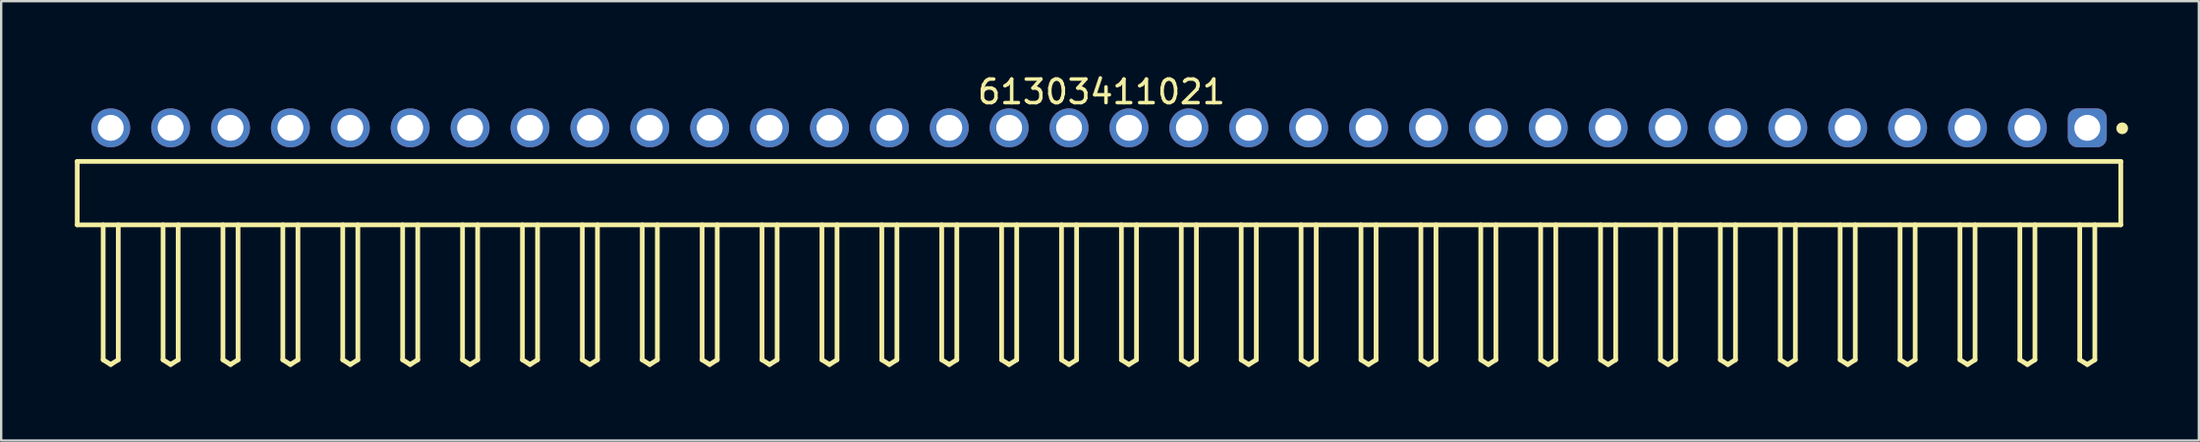
<source format=kicad_pcb>
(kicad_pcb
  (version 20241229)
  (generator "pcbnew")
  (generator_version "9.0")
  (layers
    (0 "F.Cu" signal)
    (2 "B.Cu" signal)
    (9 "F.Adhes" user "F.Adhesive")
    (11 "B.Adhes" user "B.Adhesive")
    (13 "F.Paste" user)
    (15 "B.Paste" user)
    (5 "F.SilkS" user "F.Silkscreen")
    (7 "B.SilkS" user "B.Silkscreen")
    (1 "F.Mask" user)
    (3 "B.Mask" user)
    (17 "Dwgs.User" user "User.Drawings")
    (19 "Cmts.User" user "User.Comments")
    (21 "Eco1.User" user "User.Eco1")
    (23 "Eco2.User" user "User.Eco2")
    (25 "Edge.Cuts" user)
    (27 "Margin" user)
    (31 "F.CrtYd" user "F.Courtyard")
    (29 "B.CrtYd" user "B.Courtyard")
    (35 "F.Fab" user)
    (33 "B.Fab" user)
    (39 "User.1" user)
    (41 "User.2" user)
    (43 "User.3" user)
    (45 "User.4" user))
  (footprint "61303411021"
    (layer "F.Cu")
    (at 43.555 5.143)
    (property "Reference" "61303411021" (at 0.105 -4.295 0) (layer "F.SilkS") (effects (font (size 1 1) (thickness 0.15))))
    (fp_line (start -43.33 -1.345) (end 43.33 -1.345) (stroke (width 0.2) (type solid)) (layer "F.SilkS"))
    (fp_line (start -43.33 1.345) (end -43.33 -1.345) (stroke (width 0.2) (type solid)) (layer "F.SilkS"))
    (fp_line (start -43.33 1.345) (end 43.33 1.345) (stroke (width 0.2) (type solid)) (layer "F.SilkS"))
    (fp_line (start -42.23 7.07) (end -42.23 1.345) (stroke (width 0.2) (type solid)) (layer "F.SilkS"))
    (fp_line (start -42.23 7.07) (end -41.91 7.27) (stroke (width 0.2) (type solid)) (layer "F.SilkS"))
    (fp_line (start -41.91 7.27) (end -41.59 7.07) (stroke (width 0.2) (type solid)) (layer "F.SilkS"))
    (fp_line (start -41.59 7.07) (end -41.59 1.345) (stroke (width 0.2) (type solid)) (layer "F.SilkS"))
    (fp_line (start -39.69 7.07) (end -39.69 1.345) (stroke (width 0.2) (type solid)) (layer "F.SilkS"))
    (fp_line (start -39.69 7.07) (end -39.37 7.27) (stroke (width 0.2) (type solid)) (layer "F.SilkS"))
    (fp_line (start -39.37 7.27) (end -39.05 7.07) (stroke (width 0.2) (type solid)) (layer "F.SilkS"))
    (fp_line (start -39.05 7.07) (end -39.05 1.345) (stroke (width 0.2) (type solid)) (layer "F.SilkS"))
    (fp_line (start -37.15 7.07) (end -37.15 1.345) (stroke (width 0.2) (type solid)) (layer "F.SilkS"))
    (fp_line (start -37.15 7.07) (end -36.83 7.27) (stroke (width 0.2) (type solid)) (layer "F.SilkS"))
    (fp_line (start -36.83 7.27) (end -36.51 7.07) (stroke (width 0.2) (type solid)) (layer "F.SilkS"))
    (fp_line (start -36.51 7.07) (end -36.51 1.345) (stroke (width 0.2) (type solid)) (layer "F.SilkS"))
    (fp_line (start -34.61 7.07) (end -34.61 1.345) (stroke (width 0.2) (type solid)) (layer "F.SilkS"))
    (fp_line (start -34.61 7.07) (end -34.29 7.27) (stroke (width 0.2) (type solid)) (layer "F.SilkS"))
    (fp_line (start -34.29 7.27) (end -33.97 7.07) (stroke (width 0.2) (type solid)) (layer "F.SilkS"))
    (fp_line (start -33.97 7.07) (end -33.97 1.345) (stroke (width 0.2) (type solid)) (layer "F.SilkS"))
    (fp_line (start -32.07 7.07) (end -32.07 1.345) (stroke (width 0.2) (type solid)) (layer "F.SilkS"))
    (fp_line (start -32.07 7.07) (end -31.75 7.27) (stroke (width 0.2) (type solid)) (layer "F.SilkS"))
    (fp_line (start -31.75 7.27) (end -31.43 7.07) (stroke (width 0.2) (type solid)) (layer "F.SilkS"))
    (fp_line (start -31.43 7.07) (end -31.43 1.345) (stroke (width 0.2) (type solid)) (layer "F.SilkS"))
    (fp_line (start -29.53 7.07) (end -29.53 1.345) (stroke (width 0.2) (type solid)) (layer "F.SilkS"))
    (fp_line (start -29.53 7.07) (end -29.21 7.27) (stroke (width 0.2) (type solid)) (layer "F.SilkS"))
    (fp_line (start -29.21 7.27) (end -28.89 7.07) (stroke (width 0.2) (type solid)) (layer "F.SilkS"))
    (fp_line (start -28.89 7.07) (end -28.89 1.345) (stroke (width 0.2) (type solid)) (layer "F.SilkS"))
    (fp_line (start -26.99 7.07) (end -26.99 1.345) (stroke (width 0.2) (type solid)) (layer "F.SilkS"))
    (fp_line (start -26.99 7.07) (end -26.67 7.27) (stroke (width 0.2) (type solid)) (layer "F.SilkS"))
    (fp_line (start -26.67 7.27) (end -26.35 7.07) (stroke (width 0.2) (type solid)) (layer "F.SilkS"))
    (fp_line (start -26.35 7.07) (end -26.35 1.345) (stroke (width 0.2) (type solid)) (layer "F.SilkS"))
    (fp_line (start -24.45 7.07) (end -24.45 1.345) (stroke (width 0.2) (type solid)) (layer "F.SilkS"))
    (fp_line (start -24.45 7.07) (end -24.13 7.27) (stroke (width 0.2) (type solid)) (layer "F.SilkS"))
    (fp_line (start -24.13 7.27) (end -23.81 7.07) (stroke (width 0.2) (type solid)) (layer "F.SilkS"))
    (fp_line (start -23.81 7.07) (end -23.81 1.345) (stroke (width 0.2) (type solid)) (layer "F.SilkS"))
    (fp_line (start -21.91 7.07) (end -21.91 1.345) (stroke (width 0.2) (type solid)) (layer "F.SilkS"))
    (fp_line (start -21.91 7.07) (end -21.59 7.27) (stroke (width 0.2) (type solid)) (layer "F.SilkS"))
    (fp_line (start -21.59 7.27) (end -21.27 7.07) (stroke (width 0.2) (type solid)) (layer "F.SilkS"))
    (fp_line (start -21.27 7.07) (end -21.27 1.345) (stroke (width 0.2) (type solid)) (layer "F.SilkS"))
    (fp_line (start -19.37 7.07) (end -19.37 1.345) (stroke (width 0.2) (type solid)) (layer "F.SilkS"))
    (fp_line (start -19.37 7.07) (end -19.05 7.27) (stroke (width 0.2) (type solid)) (layer "F.SilkS"))
    (fp_line (start -19.05 7.27) (end -18.73 7.07) (stroke (width 0.2) (type solid)) (layer "F.SilkS"))
    (fp_line (start -18.73 7.07) (end -18.73 1.345) (stroke (width 0.2) (type solid)) (layer "F.SilkS"))
    (fp_line (start -16.83 7.07) (end -16.83 1.345) (stroke (width 0.2) (type solid)) (layer "F.SilkS"))
    (fp_line (start -16.83 7.07) (end -16.51 7.27) (stroke (width 0.2) (type solid)) (layer "F.SilkS"))
    (fp_line (start -16.51 7.27) (end -16.19 7.07) (stroke (width 0.2) (type solid)) (layer "F.SilkS"))
    (fp_line (start -16.19 7.07) (end -16.19 1.345) (stroke (width 0.2) (type solid)) (layer "F.SilkS"))
    (fp_line (start -14.29 7.07) (end -14.29 1.345) (stroke (width 0.2) (type solid)) (layer "F.SilkS"))
    (fp_line (start -14.29 7.07) (end -13.97 7.27) (stroke (width 0.2) (type solid)) (layer "F.SilkS"))
    (fp_line (start -13.97 7.27) (end -13.65 7.07) (stroke (width 0.2) (type solid)) (layer "F.SilkS"))
    (fp_line (start -13.65 7.07) (end -13.65 1.345) (stroke (width 0.2) (type solid)) (layer "F.SilkS"))
    (fp_line (start -11.75 7.07) (end -11.75 1.345) (stroke (width 0.2) (type solid)) (layer "F.SilkS"))
    (fp_line (start -11.75 7.07) (end -11.43 7.27) (stroke (width 0.2) (type solid)) (layer "F.SilkS"))
    (fp_line (start -11.43 7.27) (end -11.11 7.07) (stroke (width 0.2) (type solid)) (layer "F.SilkS"))
    (fp_line (start -11.11 7.07) (end -11.11 1.345) (stroke (width 0.2) (type solid)) (layer "F.SilkS"))
    (fp_line (start -9.21 7.07) (end -9.21 1.345) (stroke (width 0.2) (type solid)) (layer "F.SilkS"))
    (fp_line (start -9.21 7.07) (end -8.89 7.27) (stroke (width 0.2) (type solid)) (layer "F.SilkS"))
    (fp_line (start -8.89 7.27) (end -8.57 7.07) (stroke (width 0.2) (type solid)) (layer "F.SilkS"))
    (fp_line (start -8.57 7.07) (end -8.57 1.345) (stroke (width 0.2) (type solid)) (layer "F.SilkS"))
    (fp_line (start -6.67 7.07) (end -6.67 1.345) (stroke (width 0.2) (type solid)) (layer "F.SilkS"))
    (fp_line (start -6.67 7.07) (end -6.35 7.27) (stroke (width 0.2) (type solid)) (layer "F.SilkS"))
    (fp_line (start -6.35 7.27) (end -6.03 7.07) (stroke (width 0.2) (type solid)) (layer "F.SilkS"))
    (fp_line (start -6.03 7.07) (end -6.03 1.345) (stroke (width 0.2) (type solid)) (layer "F.SilkS"))
    (fp_line (start -4.13 7.07) (end -4.13 1.345) (stroke (width 0.2) (type solid)) (layer "F.SilkS"))
    (fp_line (start -4.13 7.07) (end -3.81 7.27) (stroke (width 0.2) (type solid)) (layer "F.SilkS"))
    (fp_line (start -3.81 7.27) (end -3.49 7.07) (stroke (width 0.2) (type solid)) (layer "F.SilkS"))
    (fp_line (start -3.49 7.07) (end -3.49 1.345) (stroke (width 0.2) (type solid)) (layer "F.SilkS"))
    (fp_line (start -1.59 7.07) (end -1.59 1.345) (stroke (width 0.2) (type solid)) (layer "F.SilkS"))
    (fp_line (start -1.59 7.07) (end -1.27 7.27) (stroke (width 0.2) (type solid)) (layer "F.SilkS"))
    (fp_line (start -1.27 7.27) (end -0.95 7.07) (stroke (width 0.2) (type solid)) (layer "F.SilkS"))
    (fp_line (start -0.95 7.07) (end -0.95 1.345) (stroke (width 0.2) (type solid)) (layer "F.SilkS"))
    (fp_line (start 0.95 7.07) (end 0.95 1.345) (stroke (width 0.2) (type solid)) (layer "F.SilkS"))
    (fp_line (start 0.95 7.07) (end 1.27 7.27) (stroke (width 0.2) (type solid)) (layer "F.SilkS"))
    (fp_line (start 1.27 7.27) (end 1.59 7.07) (stroke (width 0.2) (type solid)) (layer "F.SilkS"))
    (fp_line (start 1.59 7.07) (end 1.59 1.345) (stroke (width 0.2) (type solid)) (layer "F.SilkS"))
    (fp_line (start 3.49 7.07) (end 3.49 1.345) (stroke (width 0.2) (type solid)) (layer "F.SilkS"))
    (fp_line (start 3.49 7.07) (end 3.81 7.27) (stroke (width 0.2) (type solid)) (layer "F.SilkS"))
    (fp_line (start 3.81 7.27) (end 4.13 7.07) (stroke (width 0.2) (type solid)) (layer "F.SilkS"))
    (fp_line (start 4.13 7.07) (end 4.13 1.345) (stroke (width 0.2) (type solid)) (layer "F.SilkS"))
    (fp_line (start 6.03 7.07) (end 6.03 1.345) (stroke (width 0.2) (type solid)) (layer "F.SilkS"))
    (fp_line (start 6.03 7.07) (end 6.35 7.27) (stroke (width 0.2) (type solid)) (layer "F.SilkS"))
    (fp_line (start 6.35 7.27) (end 6.67 7.07) (stroke (width 0.2) (type solid)) (layer "F.SilkS"))
    (fp_line (start 6.67 7.07) (end 6.67 1.345) (stroke (width 0.2) (type solid)) (layer "F.SilkS"))
    (fp_line (start 8.57 7.07) (end 8.57 1.345) (stroke (width 0.2) (type solid)) (layer "F.SilkS"))
    (fp_line (start 8.57 7.07) (end 8.89 7.27) (stroke (width 0.2) (type solid)) (layer "F.SilkS"))
    (fp_line (start 8.89 7.27) (end 9.21 7.07) (stroke (width 0.2) (type solid)) (layer "F.SilkS"))
    (fp_line (start 9.21 7.07) (end 9.21 1.345) (stroke (width 0.2) (type solid)) (layer "F.SilkS"))
    (fp_line (start 11.11 7.07) (end 11.11 1.345) (stroke (width 0.2) (type solid)) (layer "F.SilkS"))
    (fp_line (start 11.11 7.07) (end 11.43 7.27) (stroke (width 0.2) (type solid)) (layer "F.SilkS"))
    (fp_line (start 11.43 7.27) (end 11.75 7.07) (stroke (width 0.2) (type solid)) (layer "F.SilkS"))
    (fp_line (start 11.75 7.07) (end 11.75 1.345) (stroke (width 0.2) (type solid)) (layer "F.SilkS"))
    (fp_line (start 13.65 7.07) (end 13.65 1.345) (stroke (width 0.2) (type solid)) (layer "F.SilkS"))
    (fp_line (start 13.65 7.07) (end 13.97 7.27) (stroke (width 0.2) (type solid)) (layer "F.SilkS"))
    (fp_line (start 13.97 7.27) (end 14.29 7.07) (stroke (width 0.2) (type solid)) (layer "F.SilkS"))
    (fp_line (start 14.29 7.07) (end 14.29 1.345) (stroke (width 0.2) (type solid)) (layer "F.SilkS"))
    (fp_line (start 16.19 7.07) (end 16.19 1.345) (stroke (width 0.2) (type solid)) (layer "F.SilkS"))
    (fp_line (start 16.19 7.07) (end 16.51 7.27) (stroke (width 0.2) (type solid)) (layer "F.SilkS"))
    (fp_line (start 16.51 7.27) (end 16.83 7.07) (stroke (width 0.2) (type solid)) (layer "F.SilkS"))
    (fp_line (start 16.83 7.07) (end 16.83 1.345) (stroke (width 0.2) (type solid)) (layer "F.SilkS"))
    (fp_line (start 18.73 7.07) (end 18.73 1.345) (stroke (width 0.2) (type solid)) (layer "F.SilkS"))
    (fp_line (start 18.73 7.07) (end 19.05 7.27) (stroke (width 0.2) (type solid)) (layer "F.SilkS"))
    (fp_line (start 19.05 7.27) (end 19.37 7.07) (stroke (width 0.2) (type solid)) (layer "F.SilkS"))
    (fp_line (start 19.37 7.07) (end 19.37 1.345) (stroke (width 0.2) (type solid)) (layer "F.SilkS"))
    (fp_line (start 21.27 7.07) (end 21.27 1.345) (stroke (width 0.2) (type solid)) (layer "F.SilkS"))
    (fp_line (start 21.27 7.07) (end 21.59 7.27) (stroke (width 0.2) (type solid)) (layer "F.SilkS"))
    (fp_line (start 21.59 7.27) (end 21.91 7.07) (stroke (width 0.2) (type solid)) (layer "F.SilkS"))
    (fp_line (start 21.91 7.07) (end 21.91 1.345) (stroke (width 0.2) (type solid)) (layer "F.SilkS"))
    (fp_line (start 23.81 7.07) (end 23.81 1.345) (stroke (width 0.2) (type solid)) (layer "F.SilkS"))
    (fp_line (start 23.81 7.07) (end 24.13 7.27) (stroke (width 0.2) (type solid)) (layer "F.SilkS"))
    (fp_line (start 24.13 7.27) (end 24.45 7.07) (stroke (width 0.2) (type solid)) (layer "F.SilkS"))
    (fp_line (start 24.45 7.07) (end 24.45 1.345) (stroke (width 0.2) (type solid)) (layer "F.SilkS"))
    (fp_line (start 26.35 7.07) (end 26.35 1.345) (stroke (width 0.2) (type solid)) (layer "F.SilkS"))
    (fp_line (start 26.35 7.07) (end 26.67 7.27) (stroke (width 0.2) (type solid)) (layer "F.SilkS"))
    (fp_line (start 26.67 7.27) (end 26.99 7.07) (stroke (width 0.2) (type solid)) (layer "F.SilkS"))
    (fp_line (start 26.99 7.07) (end 26.99 1.345) (stroke (width 0.2) (type solid)) (layer "F.SilkS"))
    (fp_line (start 28.89 7.07) (end 28.89 1.345) (stroke (width 0.2) (type solid)) (layer "F.SilkS"))
    (fp_line (start 28.89 7.07) (end 29.21 7.27) (stroke (width 0.2) (type solid)) (layer "F.SilkS"))
    (fp_line (start 29.21 7.27) (end 29.53 7.07) (stroke (width 0.2) (type solid)) (layer "F.SilkS"))
    (fp_line (start 29.53 7.07) (end 29.53 1.345) (stroke (width 0.2) (type solid)) (layer "F.SilkS"))
    (fp_line (start 31.43 7.07) (end 31.43 1.345) (stroke (width 0.2) (type solid)) (layer "F.SilkS"))
    (fp_line (start 31.43 7.07) (end 31.75 7.27) (stroke (width 0.2) (type solid)) (layer "F.SilkS"))
    (fp_line (start 31.75 7.27) (end 32.07 7.07) (stroke (width 0.2) (type solid)) (layer "F.SilkS"))
    (fp_line (start 32.07 7.07) (end 32.07 1.345) (stroke (width 0.2) (type solid)) (layer "F.SilkS"))
    (fp_line (start 33.97 7.07) (end 33.97 1.345) (stroke (width 0.2) (type solid)) (layer "F.SilkS"))
    (fp_line (start 33.97 7.07) (end 34.29 7.27) (stroke (width 0.2) (type solid)) (layer "F.SilkS"))
    (fp_line (start 34.29 7.27) (end 34.61 7.07) (stroke (width 0.2) (type solid)) (layer "F.SilkS"))
    (fp_line (start 34.61 7.07) (end 34.61 1.345) (stroke (width 0.2) (type solid)) (layer "F.SilkS"))
    (fp_line (start 36.51 7.07) (end 36.51 1.345) (stroke (width 0.2) (type solid)) (layer "F.SilkS"))
    (fp_line (start 36.51 7.07) (end 36.83 7.27) (stroke (width 0.2) (type solid)) (layer "F.SilkS"))
    (fp_line (start 36.83 7.27) (end 37.15 7.07) (stroke (width 0.2) (type solid)) (layer "F.SilkS"))
    (fp_line (start 37.15 7.07) (end 37.15 1.345) (stroke (width 0.2) (type solid)) (layer "F.SilkS"))
    (fp_line (start 39.05 7.07) (end 39.05 1.345) (stroke (width 0.2) (type solid)) (layer "F.SilkS"))
    (fp_line (start 39.05 7.07) (end 39.37 7.27) (stroke (width 0.2) (type solid)) (layer "F.SilkS"))
    (fp_line (start 39.37 7.27) (end 39.69 7.07) (stroke (width 0.2) (type solid)) (layer "F.SilkS"))
    (fp_line (start 39.69 7.07) (end 39.69 1.345) (stroke (width 0.2) (type solid)) (layer "F.SilkS"))
    (fp_line (start 41.59 7.07) (end 41.59 1.345) (stroke (width 0.2) (type solid)) (layer "F.SilkS"))
    (fp_line (start 41.59 7.07) (end 41.91 7.27) (stroke (width 0.2) (type solid)) (layer "F.SilkS"))
    (fp_line (start 41.91 7.27) (end 42.23 7.07) (stroke (width 0.2) (type solid)) (layer "F.SilkS"))
    (fp_line (start 42.23 7.07) (end 42.23 1.345) (stroke (width 0.2) (type solid)) (layer "F.SilkS"))
    (fp_line (start 43.33 1.345) (end 43.33 -1.345) (stroke (width 0.2) (type solid)) (layer "F.SilkS"))
    (fp_circle (center 43.39 -2.75) (end 43.39 -2.875) (stroke (width 0.25) (type solid)) (fill no) (layer "F.SilkS"))
    (fp_line (start -43.53 -3.795) (end 43.53 -3.795) (stroke (width 0.05) (type solid)) (layer "Eco2.User"))
    (fp_line (start -43.53 7.47) (end -43.53 -3.795) (stroke (width 0.05) (type solid)) (layer "Eco2.User"))
    (fp_line (start -43.53 7.47) (end 43.53 7.47) (stroke (width 0.05) (type solid)) (layer "Eco2.User"))
    (fp_line (start -43.18 -1.27) (end 43.18 -1.27) (stroke (width 0.1) (type solid)) (layer "Eco2.User"))
    (fp_line (start -43.18 1.27) (end -43.18 -1.27) (stroke (width 0.1) (type solid)) (layer "Eco2.User"))
    (fp_line (start -43.18 1.27) (end 43.18 1.27) (stroke (width 0.1) (type solid)) (layer "Eco2.User"))
    (fp_line (start -42.23 -3.09) (end -41.59 -3.09) (stroke (width 0.1) (type solid)) (layer "Eco2.User"))
    (fp_line (start -42.23 -1.27) (end -42.23 -3.09) (stroke (width 0.1) (type solid)) (layer "Eco2.User"))
    (fp_line (start -42.23 7.07) (end -42.23 1.27) (stroke (width 0.1) (type solid)) (layer "Eco2.User"))
    (fp_line (start -42.23 7.07) (end -41.91 7.27) (stroke (width 0.1) (type solid)) (layer "Eco2.User"))
    (fp_line (start -41.91 7.27) (end -41.59 7.07) (stroke (width 0.1) (type solid)) (layer "Eco2.User"))
    (fp_line (start -41.59 -1.27) (end -41.59 -3.09) (stroke (width 0.1) (type solid)) (layer "Eco2.User"))
    (fp_line (start -41.59 7.07) (end -41.59 1.27) (stroke (width 0.1) (type solid)) (layer "Eco2.User"))
    (fp_line (start -39.69 -3.09) (end -39.05 -3.09) (stroke (width 0.1) (type solid)) (layer "Eco2.User"))
    (fp_line (start -39.69 -1.27) (end -39.69 -3.09) (stroke (width 0.1) (type solid)) (layer "Eco2.User"))
    (fp_line (start -39.69 7.07) (end -39.69 1.27) (stroke (width 0.1) (type solid)) (layer "Eco2.User"))
    (fp_line (start -39.69 7.07) (end -39.37 7.27) (stroke (width 0.1) (type solid)) (layer "Eco2.User"))
    (fp_line (start -39.37 7.27) (end -39.05 7.07) (stroke (width 0.1) (type solid)) (layer "Eco2.User"))
    (fp_line (start -39.05 -1.27) (end -39.05 -3.09) (stroke (width 0.1) (type solid)) (layer "Eco2.User"))
    (fp_line (start -39.05 7.07) (end -39.05 1.27) (stroke (width 0.1) (type solid)) (layer "Eco2.User"))
    (fp_line (start -37.15 -3.09) (end -36.51 -3.09) (stroke (width 0.1) (type solid)) (layer "Eco2.User"))
    (fp_line (start -37.15 -1.27) (end -37.15 -3.09) (stroke (width 0.1) (type solid)) (layer "Eco2.User"))
    (fp_line (start -37.15 7.07) (end -37.15 1.27) (stroke (width 0.1) (type solid)) (layer "Eco2.User"))
    (fp_line (start -37.15 7.07) (end -36.83 7.27) (stroke (width 0.1) (type solid)) (layer "Eco2.User"))
    (fp_line (start -36.83 7.27) (end -36.51 7.07) (stroke (width 0.1) (type solid)) (layer "Eco2.User"))
    (fp_line (start -36.51 -1.27) (end -36.51 -3.09) (stroke (width 0.1) (type solid)) (layer "Eco2.User"))
    (fp_line (start -36.51 7.07) (end -36.51 1.27) (stroke (width 0.1) (type solid)) (layer "Eco2.User"))
    (fp_line (start -34.61 -3.09) (end -33.97 -3.09) (stroke (width 0.1) (type solid)) (layer "Eco2.User"))
    (fp_line (start -34.61 -1.27) (end -34.61 -3.09) (stroke (width 0.1) (type solid)) (layer "Eco2.User"))
    (fp_line (start -34.61 7.07) (end -34.61 1.27) (stroke (width 0.1) (type solid)) (layer "Eco2.User"))
    (fp_line (start -34.61 7.07) (end -34.29 7.27) (stroke (width 0.1) (type solid)) (layer "Eco2.User"))
    (fp_line (start -34.29 7.27) (end -33.97 7.07) (stroke (width 0.1) (type solid)) (layer "Eco2.User"))
    (fp_line (start -33.97 -1.27) (end -33.97 -3.09) (stroke (width 0.1) (type solid)) (layer "Eco2.User"))
    (fp_line (start -33.97 7.07) (end -33.97 1.27) (stroke (width 0.1) (type solid)) (layer "Eco2.User"))
    (fp_line (start -32.07 -3.09) (end -31.43 -3.09) (stroke (width 0.1) (type solid)) (layer "Eco2.User"))
    (fp_line (start -32.07 -1.27) (end -32.07 -3.09) (stroke (width 0.1) (type solid)) (layer "Eco2.User"))
    (fp_line (start -32.07 7.07) (end -32.07 1.27) (stroke (width 0.1) (type solid)) (layer "Eco2.User"))
    (fp_line (start -32.07 7.07) (end -31.75 7.27) (stroke (width 0.1) (type solid)) (layer "Eco2.User"))
    (fp_line (start -31.75 7.27) (end -31.43 7.07) (stroke (width 0.1) (type solid)) (layer "Eco2.User"))
    (fp_line (start -31.43 -1.27) (end -31.43 -3.09) (stroke (width 0.1) (type solid)) (layer "Eco2.User"))
    (fp_line (start -31.43 7.07) (end -31.43 1.27) (stroke (width 0.1) (type solid)) (layer "Eco2.User"))
    (fp_line (start -29.53 -3.09) (end -28.89 -3.09) (stroke (width 0.1) (type solid)) (layer "Eco2.User"))
    (fp_line (start -29.53 -1.27) (end -29.53 -3.09) (stroke (width 0.1) (type solid)) (layer "Eco2.User"))
    (fp_line (start -29.53 7.07) (end -29.53 1.27) (stroke (width 0.1) (type solid)) (layer "Eco2.User"))
    (fp_line (start -29.53 7.07) (end -29.21 7.27) (stroke (width 0.1) (type solid)) (layer "Eco2.User"))
    (fp_line (start -29.21 7.27) (end -28.89 7.07) (stroke (width 0.1) (type solid)) (layer "Eco2.User"))
    (fp_line (start -28.89 -1.27) (end -28.89 -3.09) (stroke (width 0.1) (type solid)) (layer "Eco2.User"))
    (fp_line (start -28.89 7.07) (end -28.89 1.27) (stroke (width 0.1) (type solid)) (layer "Eco2.User"))
    (fp_line (start -26.99 -3.09) (end -26.35 -3.09) (stroke (width 0.1) (type solid)) (layer "Eco2.User"))
    (fp_line (start -26.99 -1.27) (end -26.99 -3.09) (stroke (width 0.1) (type solid)) (layer "Eco2.User"))
    (fp_line (start -26.99 7.07) (end -26.99 1.27) (stroke (width 0.1) (type solid)) (layer "Eco2.User"))
    (fp_line (start -26.99 7.07) (end -26.67 7.27) (stroke (width 0.1) (type solid)) (layer "Eco2.User"))
    (fp_line (start -26.67 7.27) (end -26.35 7.07) (stroke (width 0.1) (type solid)) (layer "Eco2.User"))
    (fp_line (start -26.35 -1.27) (end -26.35 -3.09) (stroke (width 0.1) (type solid)) (layer "Eco2.User"))
    (fp_line (start -26.35 7.07) (end -26.35 1.27) (stroke (width 0.1) (type solid)) (layer "Eco2.User"))
    (fp_line (start -24.45 -3.09) (end -23.81 -3.09) (stroke (width 0.1) (type solid)) (layer "Eco2.User"))
    (fp_line (start -24.45 -1.27) (end -24.45 -3.09) (stroke (width 0.1) (type solid)) (layer "Eco2.User"))
    (fp_line (start -24.45 7.07) (end -24.45 1.27) (stroke (width 0.1) (type solid)) (layer "Eco2.User"))
    (fp_line (start -24.45 7.07) (end -24.13 7.27) (stroke (width 0.1) (type solid)) (layer "Eco2.User"))
    (fp_line (start -24.13 7.27) (end -23.81 7.07) (stroke (width 0.1) (type solid)) (layer "Eco2.User"))
    (fp_line (start -23.81 -1.27) (end -23.81 -3.09) (stroke (width 0.1) (type solid)) (layer "Eco2.User"))
    (fp_line (start -23.81 7.07) (end -23.81 1.27) (stroke (width 0.1) (type solid)) (layer "Eco2.User"))
    (fp_line (start -21.91 -3.09) (end -21.27 -3.09) (stroke (width 0.1) (type solid)) (layer "Eco2.User"))
    (fp_line (start -21.91 -1.27) (end -21.91 -3.09) (stroke (width 0.1) (type solid)) (layer "Eco2.User"))
    (fp_line (start -21.91 7.07) (end -21.91 1.27) (stroke (width 0.1) (type solid)) (layer "Eco2.User"))
    (fp_line (start -21.91 7.07) (end -21.59 7.27) (stroke (width 0.1) (type solid)) (layer "Eco2.User"))
    (fp_line (start -21.59 7.27) (end -21.27 7.07) (stroke (width 0.1) (type solid)) (layer "Eco2.User"))
    (fp_line (start -21.27 -1.27) (end -21.27 -3.09) (stroke (width 0.1) (type solid)) (layer "Eco2.User"))
    (fp_line (start -21.27 7.07) (end -21.27 1.27) (stroke (width 0.1) (type solid)) (layer "Eco2.User"))
    (fp_line (start -19.37 -3.09) (end -18.73 -3.09) (stroke (width 0.1) (type solid)) (layer "Eco2.User"))
    (fp_line (start -19.37 -1.27) (end -19.37 -3.09) (stroke (width 0.1) (type solid)) (layer "Eco2.User"))
    (fp_line (start -19.37 7.07) (end -19.37 1.27) (stroke (width 0.1) (type solid)) (layer "Eco2.User"))
    (fp_line (start -19.37 7.07) (end -19.05 7.27) (stroke (width 0.1) (type solid)) (layer "Eco2.User"))
    (fp_line (start -19.05 7.27) (end -18.73 7.07) (stroke (width 0.1) (type solid)) (layer "Eco2.User"))
    (fp_line (start -18.73 -1.27) (end -18.73 -3.09) (stroke (width 0.1) (type solid)) (layer "Eco2.User"))
    (fp_line (start -18.73 7.07) (end -18.73 1.27) (stroke (width 0.1) (type solid)) (layer "Eco2.User"))
    (fp_line (start -16.83 -3.09) (end -16.19 -3.09) (stroke (width 0.1) (type solid)) (layer "Eco2.User"))
    (fp_line (start -16.83 -1.27) (end -16.83 -3.09) (stroke (width 0.1) (type solid)) (layer "Eco2.User"))
    (fp_line (start -16.83 7.07) (end -16.83 1.27) (stroke (width 0.1) (type solid)) (layer "Eco2.User"))
    (fp_line (start -16.83 7.07) (end -16.51 7.27) (stroke (width 0.1) (type solid)) (layer "Eco2.User"))
    (fp_line (start -16.51 7.27) (end -16.19 7.07) (stroke (width 0.1) (type solid)) (layer "Eco2.User"))
    (fp_line (start -16.19 -1.27) (end -16.19 -3.09) (stroke (width 0.1) (type solid)) (layer "Eco2.User"))
    (fp_line (start -16.19 7.07) (end -16.19 1.27) (stroke (width 0.1) (type solid)) (layer "Eco2.User"))
    (fp_line (start -14.29 -3.09) (end -13.65 -3.09) (stroke (width 0.1) (type solid)) (layer "Eco2.User"))
    (fp_line (start -14.29 -1.27) (end -14.29 -3.09) (stroke (width 0.1) (type solid)) (layer "Eco2.User"))
    (fp_line (start -14.29 7.07) (end -14.29 1.27) (stroke (width 0.1) (type solid)) (layer "Eco2.User"))
    (fp_line (start -14.29 7.07) (end -13.97 7.27) (stroke (width 0.1) (type solid)) (layer "Eco2.User"))
    (fp_line (start -13.97 7.27) (end -13.65 7.07) (stroke (width 0.1) (type solid)) (layer "Eco2.User"))
    (fp_line (start -13.65 -1.27) (end -13.65 -3.09) (stroke (width 0.1) (type solid)) (layer "Eco2.User"))
    (fp_line (start -13.65 7.07) (end -13.65 1.27) (stroke (width 0.1) (type solid)) (layer "Eco2.User"))
    (fp_line (start -11.75 -3.09) (end -11.11 -3.09) (stroke (width 0.1) (type solid)) (layer "Eco2.User"))
    (fp_line (start -11.75 -1.27) (end -11.75 -3.09) (stroke (width 0.1) (type solid)) (layer "Eco2.User"))
    (fp_line (start -11.75 7.07) (end -11.75 1.27) (stroke (width 0.1) (type solid)) (layer "Eco2.User"))
    (fp_line (start -11.75 7.07) (end -11.43 7.27) (stroke (width 0.1) (type solid)) (layer "Eco2.User"))
    (fp_line (start -11.43 7.27) (end -11.11 7.07) (stroke (width 0.1) (type solid)) (layer "Eco2.User"))
    (fp_line (start -11.11 -1.27) (end -11.11 -3.09) (stroke (width 0.1) (type solid)) (layer "Eco2.User"))
    (fp_line (start -11.11 7.07) (end -11.11 1.27) (stroke (width 0.1) (type solid)) (layer "Eco2.User"))
    (fp_line (start -9.21 -3.09) (end -8.57 -3.09) (stroke (width 0.1) (type solid)) (layer "Eco2.User"))
    (fp_line (start -9.21 -1.27) (end -9.21 -3.09) (stroke (width 0.1) (type solid)) (layer "Eco2.User"))
    (fp_line (start -9.21 7.07) (end -9.21 1.27) (stroke (width 0.1) (type solid)) (layer "Eco2.User"))
    (fp_line (start -9.21 7.07) (end -8.89 7.27) (stroke (width 0.1) (type solid)) (layer "Eco2.User"))
    (fp_line (start -8.89 7.27) (end -8.57 7.07) (stroke (width 0.1) (type solid)) (layer "Eco2.User"))
    (fp_line (start -8.57 -1.27) (end -8.57 -3.09) (stroke (width 0.1) (type solid)) (layer "Eco2.User"))
    (fp_line (start -8.57 7.07) (end -8.57 1.27) (stroke (width 0.1) (type solid)) (layer "Eco2.User"))
    (fp_line (start -6.67 -3.09) (end -6.03 -3.09) (stroke (width 0.1) (type solid)) (layer "Eco2.User"))
    (fp_line (start -6.67 -1.27) (end -6.67 -3.09) (stroke (width 0.1) (type solid)) (layer "Eco2.User"))
    (fp_line (start -6.67 7.07) (end -6.67 1.27) (stroke (width 0.1) (type solid)) (layer "Eco2.User"))
    (fp_line (start -6.67 7.07) (end -6.35 7.27) (stroke (width 0.1) (type solid)) (layer "Eco2.User"))
    (fp_line (start -6.35 7.27) (end -6.03 7.07) (stroke (width 0.1) (type solid)) (layer "Eco2.User"))
    (fp_line (start -6.03 -1.27) (end -6.03 -3.09) (stroke (width 0.1) (type solid)) (layer "Eco2.User"))
    (fp_line (start -6.03 7.07) (end -6.03 1.27) (stroke (width 0.1) (type solid)) (layer "Eco2.User"))
    (fp_line (start -4.13 -3.09) (end -3.49 -3.09) (stroke (width 0.1) (type solid)) (layer "Eco2.User"))
    (fp_line (start -4.13 -1.27) (end -4.13 -3.09) (stroke (width 0.1) (type solid)) (layer "Eco2.User"))
    (fp_line (start -4.13 7.07) (end -4.13 1.27) (stroke (width 0.1) (type solid)) (layer "Eco2.User"))
    (fp_line (start -4.13 7.07) (end -3.81 7.27) (stroke (width 0.1) (type solid)) (layer "Eco2.User"))
    (fp_line (start -3.81 7.27) (end -3.49 7.07) (stroke (width 0.1) (type solid)) (layer "Eco2.User"))
    (fp_line (start -3.49 -1.27) (end -3.49 -3.09) (stroke (width 0.1) (type solid)) (layer "Eco2.User"))
    (fp_line (start -3.49 7.07) (end -3.49 1.27) (stroke (width 0.1) (type solid)) (layer "Eco2.User"))
    (fp_line (start -1.59 -3.09) (end -0.95 -3.09) (stroke (width 0.1) (type solid)) (layer "Eco2.User"))
    (fp_line (start -1.59 -1.27) (end -1.59 -3.09) (stroke (width 0.1) (type solid)) (layer "Eco2.User"))
    (fp_line (start -1.59 7.07) (end -1.59 1.27) (stroke (width 0.1) (type solid)) (layer "Eco2.User"))
    (fp_line (start -1.59 7.07) (end -1.27 7.27) (stroke (width 0.1) (type solid)) (layer "Eco2.User"))
    (fp_line (start -1.27 7.27) (end -0.95 7.07) (stroke (width 0.1) (type solid)) (layer "Eco2.User"))
    (fp_line (start -0.95 -1.27) (end -0.95 -3.09) (stroke (width 0.1) (type solid)) (layer "Eco2.User"))
    (fp_line (start -0.95 7.07) (end -0.95 1.27) (stroke (width 0.1) (type solid)) (layer "Eco2.User"))
    (fp_line (start -0.5 0) (end 0.5 0) (stroke (width 0.05) (type solid)) (layer "Eco2.User"))
    (fp_line (start 0 0.5) (end 0 -0.5) (stroke (width 0.05) (type solid)) (layer "Eco2.User"))
    (fp_line (start 0.95 -3.09) (end 1.59 -3.09) (stroke (width 0.1) (type solid)) (layer "Eco2.User"))
    (fp_line (start 0.95 -1.27) (end 0.95 -3.09) (stroke (width 0.1) (type solid)) (layer "Eco2.User"))
    (fp_line (start 0.95 7.07) (end 0.95 1.27) (stroke (width 0.1) (type solid)) (layer "Eco2.User"))
    (fp_line (start 0.95 7.07) (end 1.27 7.27) (stroke (width 0.1) (type solid)) (layer "Eco2.User"))
    (fp_line (start 1.27 7.27) (end 1.59 7.07) (stroke (width 0.1) (type solid)) (layer "Eco2.User"))
    (fp_line (start 1.59 -1.27) (end 1.59 -3.09) (stroke (width 0.1) (type solid)) (layer "Eco2.User"))
    (fp_line (start 1.59 7.07) (end 1.59 1.27) (stroke (width 0.1) (type solid)) (layer "Eco2.User"))
    (fp_line (start 3.49 -3.09) (end 4.13 -3.09) (stroke (width 0.1) (type solid)) (layer "Eco2.User"))
    (fp_line (start 3.49 -1.27) (end 3.49 -3.09) (stroke (width 0.1) (type solid)) (layer "Eco2.User"))
    (fp_line (start 3.49 7.07) (end 3.49 1.27) (stroke (width 0.1) (type solid)) (layer "Eco2.User"))
    (fp_line (start 3.49 7.07) (end 3.81 7.27) (stroke (width 0.1) (type solid)) (layer "Eco2.User"))
    (fp_line (start 3.81 7.27) (end 4.13 7.07) (stroke (width 0.1) (type solid)) (layer "Eco2.User"))
    (fp_line (start 4.13 -1.27) (end 4.13 -3.09) (stroke (width 0.1) (type solid)) (layer "Eco2.User"))
    (fp_line (start 4.13 7.07) (end 4.13 1.27) (stroke (width 0.1) (type solid)) (layer "Eco2.User"))
    (fp_line (start 6.03 -3.09) (end 6.67 -3.09) (stroke (width 0.1) (type solid)) (layer "Eco2.User"))
    (fp_line (start 6.03 -1.27) (end 6.03 -3.09) (stroke (width 0.1) (type solid)) (layer "Eco2.User"))
    (fp_line (start 6.03 7.07) (end 6.03 1.27) (stroke (width 0.1) (type solid)) (layer "Eco2.User"))
    (fp_line (start 6.03 7.07) (end 6.35 7.27) (stroke (width 0.1) (type solid)) (layer "Eco2.User"))
    (fp_line (start 6.35 7.27) (end 6.67 7.07) (stroke (width 0.1) (type solid)) (layer "Eco2.User"))
    (fp_line (start 6.67 -1.27) (end 6.67 -3.09) (stroke (width 0.1) (type solid)) (layer "Eco2.User"))
    (fp_line (start 6.67 7.07) (end 6.67 1.27) (stroke (width 0.1) (type solid)) (layer "Eco2.User"))
    (fp_line (start 8.57 -3.09) (end 9.21 -3.09) (stroke (width 0.1) (type solid)) (layer "Eco2.User"))
    (fp_line (start 8.57 -1.27) (end 8.57 -3.09) (stroke (width 0.1) (type solid)) (layer "Eco2.User"))
    (fp_line (start 8.57 7.07) (end 8.57 1.27) (stroke (width 0.1) (type solid)) (layer "Eco2.User"))
    (fp_line (start 8.57 7.07) (end 8.89 7.27) (stroke (width 0.1) (type solid)) (layer "Eco2.User"))
    (fp_line (start 8.89 7.27) (end 9.21 7.07) (stroke (width 0.1) (type solid)) (layer "Eco2.User"))
    (fp_line (start 9.21 -1.27) (end 9.21 -3.09) (stroke (width 0.1) (type solid)) (layer "Eco2.User"))
    (fp_line (start 9.21 7.07) (end 9.21 1.27) (stroke (width 0.1) (type solid)) (layer "Eco2.User"))
    (fp_line (start 11.11 -3.09) (end 11.75 -3.09) (stroke (width 0.1) (type solid)) (layer "Eco2.User"))
    (fp_line (start 11.11 -1.27) (end 11.11 -3.09) (stroke (width 0.1) (type solid)) (layer "Eco2.User"))
    (fp_line (start 11.11 7.07) (end 11.11 1.27) (stroke (width 0.1) (type solid)) (layer "Eco2.User"))
    (fp_line (start 11.11 7.07) (end 11.43 7.27) (stroke (width 0.1) (type solid)) (layer "Eco2.User"))
    (fp_line (start 11.43 7.27) (end 11.75 7.07) (stroke (width 0.1) (type solid)) (layer "Eco2.User"))
    (fp_line (start 11.75 -1.27) (end 11.75 -3.09) (stroke (width 0.1) (type solid)) (layer "Eco2.User"))
    (fp_line (start 11.75 7.07) (end 11.75 1.27) (stroke (width 0.1) (type solid)) (layer "Eco2.User"))
    (fp_line (start 13.65 -3.09) (end 14.29 -3.09) (stroke (width 0.1) (type solid)) (layer "Eco2.User"))
    (fp_line (start 13.65 -1.27) (end 13.65 -3.09) (stroke (width 0.1) (type solid)) (layer "Eco2.User"))
    (fp_line (start 13.65 7.07) (end 13.65 1.27) (stroke (width 0.1) (type solid)) (layer "Eco2.User"))
    (fp_line (start 13.65 7.07) (end 13.97 7.27) (stroke (width 0.1) (type solid)) (layer "Eco2.User"))
    (fp_line (start 13.97 7.27) (end 14.29 7.07) (stroke (width 0.1) (type solid)) (layer "Eco2.User"))
    (fp_line (start 14.29 -1.27) (end 14.29 -3.09) (stroke (width 0.1) (type solid)) (layer "Eco2.User"))
    (fp_line (start 14.29 7.07) (end 14.29 1.27) (stroke (width 0.1) (type solid)) (layer "Eco2.User"))
    (fp_line (start 16.19 -3.09) (end 16.83 -3.09) (stroke (width 0.1) (type solid)) (layer "Eco2.User"))
    (fp_line (start 16.19 -1.27) (end 16.19 -3.09) (stroke (width 0.1) (type solid)) (layer "Eco2.User"))
    (fp_line (start 16.19 7.07) (end 16.19 1.27) (stroke (width 0.1) (type solid)) (layer "Eco2.User"))
    (fp_line (start 16.19 7.07) (end 16.51 7.27) (stroke (width 0.1) (type solid)) (layer "Eco2.User"))
    (fp_line (start 16.51 7.27) (end 16.83 7.07) (stroke (width 0.1) (type solid)) (layer "Eco2.User"))
    (fp_line (start 16.83 -1.27) (end 16.83 -3.09) (stroke (width 0.1) (type solid)) (layer "Eco2.User"))
    (fp_line (start 16.83 7.07) (end 16.83 1.27) (stroke (width 0.1) (type solid)) (layer "Eco2.User"))
    (fp_line (start 18.73 -3.09) (end 19.37 -3.09) (stroke (width 0.1) (type solid)) (layer "Eco2.User"))
    (fp_line (start 18.73 -1.27) (end 18.73 -3.09) (stroke (width 0.1) (type solid)) (layer "Eco2.User"))
    (fp_line (start 18.73 7.07) (end 18.73 1.27) (stroke (width 0.1) (type solid)) (layer "Eco2.User"))
    (fp_line (start 18.73 7.07) (end 19.05 7.27) (stroke (width 0.1) (type solid)) (layer "Eco2.User"))
    (fp_line (start 19.05 7.27) (end 19.37 7.07) (stroke (width 0.1) (type solid)) (layer "Eco2.User"))
    (fp_line (start 19.37 -1.27) (end 19.37 -3.09) (stroke (width 0.1) (type solid)) (layer "Eco2.User"))
    (fp_line (start 19.37 7.07) (end 19.37 1.27) (stroke (width 0.1) (type solid)) (layer "Eco2.User"))
    (fp_line (start 21.27 -3.09) (end 21.91 -3.09) (stroke (width 0.1) (type solid)) (layer "Eco2.User"))
    (fp_line (start 21.27 -1.27) (end 21.27 -3.09) (stroke (width 0.1) (type solid)) (layer "Eco2.User"))
    (fp_line (start 21.27 7.07) (end 21.27 1.27) (stroke (width 0.1) (type solid)) (layer "Eco2.User"))
    (fp_line (start 21.27 7.07) (end 21.59 7.27) (stroke (width 0.1) (type solid)) (layer "Eco2.User"))
    (fp_line (start 21.59 7.27) (end 21.91 7.07) (stroke (width 0.1) (type solid)) (layer "Eco2.User"))
    (fp_line (start 21.91 -1.27) (end 21.91 -3.09) (stroke (width 0.1) (type solid)) (layer "Eco2.User"))
    (fp_line (start 21.91 7.07) (end 21.91 1.27) (stroke (width 0.1) (type solid)) (layer "Eco2.User"))
    (fp_line (start 23.81 -3.09) (end 24.45 -3.09) (stroke (width 0.1) (type solid)) (layer "Eco2.User"))
    (fp_line (start 23.81 -1.27) (end 23.81 -3.09) (stroke (width 0.1) (type solid)) (layer "Eco2.User"))
    (fp_line (start 23.81 7.07) (end 23.81 1.27) (stroke (width 0.1) (type solid)) (layer "Eco2.User"))
    (fp_line (start 23.81 7.07) (end 24.13 7.27) (stroke (width 0.1) (type solid)) (layer "Eco2.User"))
    (fp_line (start 24.13 7.27) (end 24.45 7.07) (stroke (width 0.1) (type solid)) (layer "Eco2.User"))
    (fp_line (start 24.45 -1.27) (end 24.45 -3.09) (stroke (width 0.1) (type solid)) (layer "Eco2.User"))
    (fp_line (start 24.45 7.07) (end 24.45 1.27) (stroke (width 0.1) (type solid)) (layer "Eco2.User"))
    (fp_line (start 26.35 -3.09) (end 26.99 -3.09) (stroke (width 0.1) (type solid)) (layer "Eco2.User"))
    (fp_line (start 26.35 -1.27) (end 26.35 -3.09) (stroke (width 0.1) (type solid)) (layer "Eco2.User"))
    (fp_line (start 26.35 7.07) (end 26.35 1.27) (stroke (width 0.1) (type solid)) (layer "Eco2.User"))
    (fp_line (start 26.35 7.07) (end 26.67 7.27) (stroke (width 0.1) (type solid)) (layer "Eco2.User"))
    (fp_line (start 26.67 7.27) (end 26.99 7.07) (stroke (width 0.1) (type solid)) (layer "Eco2.User"))
    (fp_line (start 26.99 -1.27) (end 26.99 -3.09) (stroke (width 0.1) (type solid)) (layer "Eco2.User"))
    (fp_line (start 26.99 7.07) (end 26.99 1.27) (stroke (width 0.1) (type solid)) (layer "Eco2.User"))
    (fp_line (start 28.89 -3.09) (end 29.53 -3.09) (stroke (width 0.1) (type solid)) (layer "Eco2.User"))
    (fp_line (start 28.89 -1.27) (end 28.89 -3.09) (stroke (width 0.1) (type solid)) (layer "Eco2.User"))
    (fp_line (start 28.89 7.07) (end 28.89 1.27) (stroke (width 0.1) (type solid)) (layer "Eco2.User"))
    (fp_line (start 28.89 7.07) (end 29.21 7.27) (stroke (width 0.1) (type solid)) (layer "Eco2.User"))
    (fp_line (start 29.21 7.27) (end 29.53 7.07) (stroke (width 0.1) (type solid)) (layer "Eco2.User"))
    (fp_line (start 29.53 -1.27) (end 29.53 -3.09) (stroke (width 0.1) (type solid)) (layer "Eco2.User"))
    (fp_line (start 29.53 7.07) (end 29.53 1.27) (stroke (width 0.1) (type solid)) (layer "Eco2.User"))
    (fp_line (start 31.43 -3.09) (end 32.07 -3.09) (stroke (width 0.1) (type solid)) (layer "Eco2.User"))
    (fp_line (start 31.43 -1.27) (end 31.43 -3.09) (stroke (width 0.1) (type solid)) (layer "Eco2.User"))
    (fp_line (start 31.43 7.07) (end 31.43 1.27) (stroke (width 0.1) (type solid)) (layer "Eco2.User"))
    (fp_line (start 31.43 7.07) (end 31.75 7.27) (stroke (width 0.1) (type solid)) (layer "Eco2.User"))
    (fp_line (start 31.75 7.27) (end 32.07 7.07) (stroke (width 0.1) (type solid)) (layer "Eco2.User"))
    (fp_line (start 32.07 -1.27) (end 32.07 -3.09) (stroke (width 0.1) (type solid)) (layer "Eco2.User"))
    (fp_line (start 32.07 7.07) (end 32.07 1.27) (stroke (width 0.1) (type solid)) (layer "Eco2.User"))
    (fp_line (start 33.97 -3.09) (end 34.61 -3.09) (stroke (width 0.1) (type solid)) (layer "Eco2.User"))
    (fp_line (start 33.97 -1.27) (end 33.97 -3.09) (stroke (width 0.1) (type solid)) (layer "Eco2.User"))
    (fp_line (start 33.97 7.07) (end 33.97 1.27) (stroke (width 0.1) (type solid)) (layer "Eco2.User"))
    (fp_line (start 33.97 7.07) (end 34.29 7.27) (stroke (width 0.1) (type solid)) (layer "Eco2.User"))
    (fp_line (start 34.29 7.27) (end 34.61 7.07) (stroke (width 0.1) (type solid)) (layer "Eco2.User"))
    (fp_line (start 34.61 -1.27) (end 34.61 -3.09) (stroke (width 0.1) (type solid)) (layer "Eco2.User"))
    (fp_line (start 34.61 7.07) (end 34.61 1.27) (stroke (width 0.1) (type solid)) (layer "Eco2.User"))
    (fp_line (start 36.51 -3.09) (end 37.15 -3.09) (stroke (width 0.1) (type solid)) (layer "Eco2.User"))
    (fp_line (start 36.51 -1.27) (end 36.51 -3.09) (stroke (width 0.1) (type solid)) (layer "Eco2.User"))
    (fp_line (start 36.51 7.07) (end 36.51 1.27) (stroke (width 0.1) (type solid)) (layer "Eco2.User"))
    (fp_line (start 36.51 7.07) (end 36.83 7.27) (stroke (width 0.1) (type solid)) (layer "Eco2.User"))
    (fp_line (start 36.83 7.27) (end 37.15 7.07) (stroke (width 0.1) (type solid)) (layer "Eco2.User"))
    (fp_line (start 37.15 -1.27) (end 37.15 -3.09) (stroke (width 0.1) (type solid)) (layer "Eco2.User"))
    (fp_line (start 37.15 7.07) (end 37.15 1.27) (stroke (width 0.1) (type solid)) (layer "Eco2.User"))
    (fp_line (start 39.05 -3.09) (end 39.69 -3.09) (stroke (width 0.1) (type solid)) (layer "Eco2.User"))
    (fp_line (start 39.05 -1.27) (end 39.05 -3.09) (stroke (width 0.1) (type solid)) (layer "Eco2.User"))
    (fp_line (start 39.05 7.07) (end 39.05 1.27) (stroke (width 0.1) (type solid)) (layer "Eco2.User"))
    (fp_line (start 39.05 7.07) (end 39.37 7.27) (stroke (width 0.1) (type solid)) (layer "Eco2.User"))
    (fp_line (start 39.37 7.27) (end 39.69 7.07) (stroke (width 0.1) (type solid)) (layer "Eco2.User"))
    (fp_line (start 39.69 -1.27) (end 39.69 -3.09) (stroke (width 0.1) (type solid)) (layer "Eco2.User"))
    (fp_line (start 39.69 7.07) (end 39.69 1.27) (stroke (width 0.1) (type solid)) (layer "Eco2.User"))
    (fp_line (start 41.59 -3.09) (end 42.23 -3.09) (stroke (width 0.1) (type solid)) (layer "Eco2.User"))
    (fp_line (start 41.59 -1.27) (end 41.59 -3.09) (stroke (width 0.1) (type solid)) (layer "Eco2.User"))
    (fp_line (start 41.59 7.07) (end 41.59 1.27) (stroke (width 0.1) (type solid)) (layer "Eco2.User"))
    (fp_line (start 41.59 7.07) (end 41.91 7.27) (stroke (width 0.1) (type solid)) (layer "Eco2.User"))
    (fp_line (start 41.91 7.27) (end 42.23 7.07) (stroke (width 0.1) (type solid)) (layer "Eco2.User"))
    (fp_line (start 42.23 -1.27) (end 42.23 -3.09) (stroke (width 0.1) (type solid)) (layer "Eco2.User"))
    (fp_line (start 42.23 7.07) (end 42.23 1.27) (stroke (width 0.1) (type solid)) (layer "Eco2.User"))
    (fp_line (start 43.18 1.27) (end 43.18 -1.27) (stroke (width 0.1) (type solid)) (layer "Eco2.User"))
    (fp_line (start 43.53 7.47) (end 43.53 -3.795) (stroke (width 0.05) (type solid)) (layer "Eco2.User"))
    (fp_text user "${REFERENCE}" (at 0.15 -0.197 0) (unlocked yes) (layer "User.3") (effects (font (size 1.5 1.5) (thickness 0.15))))
    (pad "1" thru_hole roundrect (at 41.91 -2.77) (size 1.65 1.65) (drill 1.1) (layers "*.Cu" "*.Mask") (roundrect_rratio 0.25))
    (pad "2" thru_hole circle (at 39.37 -2.77) (size 1.65 1.65) (drill 1.1) (layers "*.Cu" "*.Mask"))
    (pad "3" thru_hole circle (at 36.83 -2.77) (size 1.65 1.65) (drill 1.1) (layers "*.Cu" "*.Mask"))
    (pad "4" thru_hole circle (at 34.29 -2.77) (size 1.65 1.65) (drill 1.1) (layers "*.Cu" "*.Mask"))
    (pad "5" thru_hole circle (at 31.75 -2.77) (size 1.65 1.65) (drill 1.1) (layers "*.Cu" "*.Mask"))
    (pad "6" thru_hole circle (at 29.21 -2.77) (size 1.65 1.65) (drill 1.1) (layers "*.Cu" "*.Mask"))
    (pad "7" thru_hole circle (at 26.67 -2.77) (size 1.65 1.65) (drill 1.1) (layers "*.Cu" "*.Mask"))
    (pad "8" thru_hole circle (at 24.13 -2.77) (size 1.65 1.65) (drill 1.1) (layers "*.Cu" "*.Mask"))
    (pad "9" thru_hole circle (at 21.59 -2.77) (size 1.65 1.65) (drill 1.1) (layers "*.Cu" "*.Mask"))
    (pad "10" thru_hole circle (at 19.05 -2.77) (size 1.65 1.65) (drill 1.1) (layers "*.Cu" "*.Mask"))
    (pad "11" thru_hole circle (at 16.51 -2.77) (size 1.65 1.65) (drill 1.1) (layers "*.Cu" "*.Mask"))
    (pad "12" thru_hole circle (at 13.97 -2.77) (size 1.65 1.65) (drill 1.1) (layers "*.Cu" "*.Mask"))
    (pad "13" thru_hole circle (at 11.43 -2.77) (size 1.65 1.65) (drill 1.1) (layers "*.Cu" "*.Mask"))
    (pad "14" thru_hole circle (at 8.89 -2.77) (size 1.65 1.65) (drill 1.1) (layers "*.Cu" "*.Mask"))
    (pad "15" thru_hole circle (at 6.35 -2.77) (size 1.65 1.65) (drill 1.1) (layers "*.Cu" "*.Mask"))
    (pad "16" thru_hole circle (at 3.81 -2.77) (size 1.65 1.65) (drill 1.1) (layers "*.Cu" "*.Mask"))
    (pad "17" thru_hole circle (at 1.27 -2.77) (size 1.65 1.65) (drill 1.1) (layers "*.Cu" "*.Mask"))
    (pad "18" thru_hole circle (at -1.27 -2.77) (size 1.65 1.65) (drill 1.1) (layers "*.Cu" "*.Mask"))
    (pad "19" thru_hole circle (at -3.81 -2.77) (size 1.65 1.65) (drill 1.1) (layers "*.Cu" "*.Mask"))
    (pad "20" thru_hole circle (at -6.35 -2.77) (size 1.65 1.65) (drill 1.1) (layers "*.Cu" "*.Mask"))
    (pad "21" thru_hole circle (at -8.89 -2.77) (size 1.65 1.65) (drill 1.1) (layers "*.Cu" "*.Mask"))
    (pad "22" thru_hole circle (at -11.43 -2.77) (size 1.65 1.65) (drill 1.1) (layers "*.Cu" "*.Mask"))
    (pad "23" thru_hole circle (at -13.97 -2.77) (size 1.65 1.65) (drill 1.1) (layers "*.Cu" "*.Mask"))
    (pad "24" thru_hole circle (at -16.51 -2.77) (size 1.65 1.65) (drill 1.1) (layers "*.Cu" "*.Mask"))
    (pad "25" thru_hole circle (at -19.05 -2.77) (size 1.65 1.65) (drill 1.1) (layers "*.Cu" "*.Mask"))
    (pad "26" thru_hole circle (at -21.59 -2.77) (size 1.65 1.65) (drill 1.1) (layers "*.Cu" "*.Mask"))
    (pad "27" thru_hole circle (at -24.13 -2.77) (size 1.65 1.65) (drill 1.1) (layers "*.Cu" "*.Mask"))
    (pad "28" thru_hole circle (at -26.67 -2.77) (size 1.65 1.65) (drill 1.1) (layers "*.Cu" "*.Mask"))
    (pad "29" thru_hole circle (at -29.21 -2.77) (size 1.65 1.65) (drill 1.1) (layers "*.Cu" "*.Mask"))
    (pad "30" thru_hole circle (at -31.75 -2.77) (size 1.65 1.65) (drill 1.1) (layers "*.Cu" "*.Mask"))
    (pad "31" thru_hole circle (at -34.29 -2.77) (size 1.65 1.65) (drill 1.1) (layers "*.Cu" "*.Mask"))
    (pad "32" thru_hole circle (at -36.83 -2.77) (size 1.65 1.65) (drill 1.1) (layers "*.Cu" "*.Mask"))
    (pad "33" thru_hole circle (at -39.37 -2.77) (size 1.65 1.65) (drill 1.1) (layers "*.Cu" "*.Mask"))
    (pad "34" thru_hole circle (at -41.91 -2.77) (size 1.65 1.65) (drill 1.1) (layers "*.Cu" "*.Mask")))
  (gr_rect
    (start -3 -3)
    (end 90.195 15.638)
    (stroke (width 0.1) (type default))
    (fill no)
    (layer "Edge.Cuts")))
</source>
